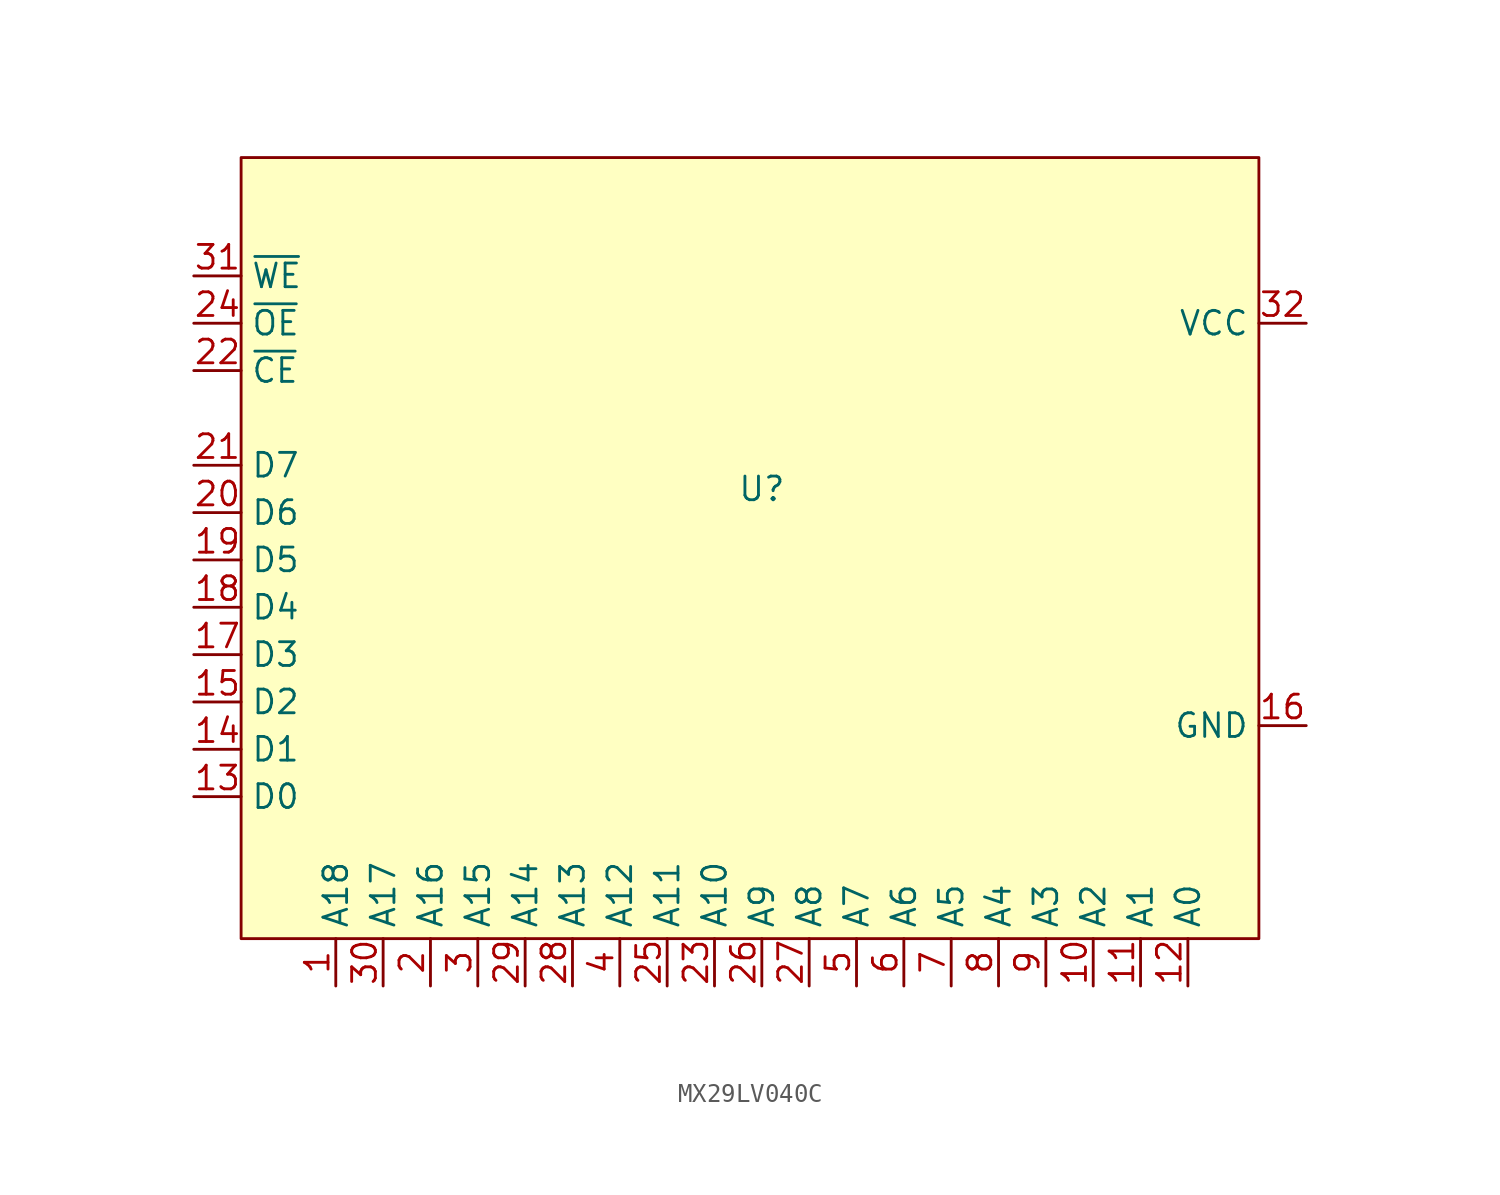
<source format=kicad_sym>
(kicad_symbol_lib
  (version 20231120)
  (generator "kicad_symbol_editor")
  (generator_version "8.0")
  (symbol "MX29LV040C"
    (property "Reference" "U"
      (at 0 3.81 0)
      (effects (font (size 1.27 1.27))))
    (property "Value" ""
      (at 12.7 -8.89 90)
      (effects (font (size 1.27 1.27))))
    (symbol "MX29LV040C_1_1"
      (rectangle (start -27.94 21.59) (end 26.67 -20.32) (stroke (width 0) (type default)) (fill (type background)))
      (pin input line (at -22.86 -22.86 90) (length 2.54) (name "A18" (effects (font (size 1.27 1.27)))) (number "1" (effects (font (size 1.27 1.27)))))
      (pin input line (at 17.78 -22.86 90) (length 2.54) (name "A2" (effects (font (size 1.27 1.27)))) (number "10" (effects (font (size 1.27 1.27)))))
      (pin input line (at 20.32 -22.86 90) (length 2.54) (name "A1" (effects (font (size 1.27 1.27)))) (number "11" (effects (font (size 1.27 1.27)))))
      (pin input line (at 22.86 -22.86 90) (length 2.54) (name "A0" (effects (font (size 1.27 1.27)))) (number "12" (effects (font (size 1.27 1.27)))))
      (pin bidirectional line (at -30.48 -12.7 0) (length 2.54) (name "D0" (effects (font (size 1.27 1.27)))) (number "13" (effects (font (size 1.27 1.27)))))
      (pin bidirectional line (at -30.48 -10.16 0) (length 2.54) (name "D1" (effects (font (size 1.27 1.27)))) (number "14" (effects (font (size 1.27 1.27)))))
      (pin bidirectional line (at -30.48 -7.62 0) (length 2.54) (name "D2" (effects (font (size 1.27 1.27)))) (number "15" (effects (font (size 1.27 1.27)))))
      (pin power_in line (at 29.21 -8.89 180) (length 2.54) (name "GND" (effects (font (size 1.27 1.27)))) (number "16" (effects (font (size 1.27 1.27)))))
      (pin bidirectional line (at -30.48 -5.08 0) (length 2.54) (name "D3" (effects (font (size 1.27 1.27)))) (number "17" (effects (font (size 1.27 1.27)))))
      (pin bidirectional line (at -30.48 -2.54 0) (length 2.54) (name "D4" (effects (font (size 1.27 1.27)))) (number "18" (effects (font (size 1.27 1.27)))))
      (pin bidirectional line (at -30.48 0 0) (length 2.54) (name "D5" (effects (font (size 1.27 1.27)))) (number "19" (effects (font (size 1.27 1.27)))))
      (pin input line (at -17.78 -22.86 90) (length 2.54) (name "A16" (effects (font (size 1.27 1.27)))) (number "2" (effects (font (size 1.27 1.27)))))
      (pin bidirectional line (at -30.48 2.54 0) (length 2.54) (name "D6" (effects (font (size 1.27 1.27)))) (number "20" (effects (font (size 1.27 1.27)))))
      (pin bidirectional line (at -30.48 5.08 0) (length 2.54) (name "D7" (effects (font (size 1.27 1.27)))) (number "21" (effects (font (size 1.27 1.27)))))
      (pin input line (at -30.48 10.16 0) (length 2.54) (name "~{CE}" (effects (font (size 1.27 1.27)))) (number "22" (effects (font (size 1.27 1.27)))))
      (pin input line (at -2.54 -22.86 90) (length 2.54) (name "A10" (effects (font (size 1.27 1.27)))) (number "23" (effects (font (size 1.27 1.27)))))
      (pin input line (at -30.48 12.7 0) (length 2.54) (name "~{OE}" (effects (font (size 1.27 1.27)))) (number "24" (effects (font (size 1.27 1.27)))))
      (pin input line (at -5.08 -22.86 90) (length 2.54) (name "A11" (effects (font (size 1.27 1.27)))) (number "25" (effects (font (size 1.27 1.27)))))
      (pin input line (at 0 -22.86 90) (length 2.54) (name "A9" (effects (font (size 1.27 1.27)))) (number "26" (effects (font (size 1.27 1.27)))))
      (pin input line (at 2.54 -22.86 90) (length 2.54) (name "A8" (effects (font (size 1.27 1.27)))) (number "27" (effects (font (size 1.27 1.27)))))
      (pin input line (at -10.16 -22.86 90) (length 2.54) (name "A13" (effects (font (size 1.27 1.27)))) (number "28" (effects (font (size 1.27 1.27)))))
      (pin input line (at -12.7 -22.86 90) (length 2.54) (name "A14" (effects (font (size 1.27 1.27)))) (number "29" (effects (font (size 1.27 1.27)))))
      (pin input line (at -15.24 -22.86 90) (length 2.54) (name "A15" (effects (font (size 1.27 1.27)))) (number "3" (effects (font (size 1.27 1.27)))))
      (pin input line (at -20.32 -22.86 90) (length 2.54) (name "A17" (effects (font (size 1.27 1.27)))) (number "30" (effects (font (size 1.27 1.27)))))
      (pin input line (at -30.48 15.24 0) (length 2.54) (name "~{WE}" (effects (font (size 1.27 1.27)))) (number "31" (effects (font (size 1.27 1.27)))))
      (pin power_in line (at 29.21 12.7 180) (length 2.54) (name "VCC" (effects (font (size 1.27 1.27)))) (number "32" (effects (font (size 1.27 1.27)))))
      (pin input line (at -7.62 -22.86 90) (length 2.54) (name "A12" (effects (font (size 1.27 1.27)))) (number "4" (effects (font (size 1.27 1.27)))))
      (pin input line (at 5.08 -22.86 90) (length 2.54) (name "A7" (effects (font (size 1.27 1.27)))) (number "5" (effects (font (size 1.27 1.27)))))
      (pin input line (at 7.62 -22.86 90) (length 2.54) (name "A6" (effects (font (size 1.27 1.27)))) (number "6" (effects (font (size 1.27 1.27)))))
      (pin input line (at 10.16 -22.86 90) (length 2.54) (name "A5" (effects (font (size 1.27 1.27)))) (number "7" (effects (font (size 1.27 1.27)))))
      (pin input line (at 12.7 -22.86 90) (length 2.54) (name "A4" (effects (font (size 1.27 1.27)))) (number "8" (effects (font (size 1.27 1.27)))))
      (pin input line (at 15.24 -22.86 90) (length 2.54) (name "A3" (effects (font (size 1.27 1.27)))) (number "9" (effects (font (size 1.27 1.27))))))))
</source>
